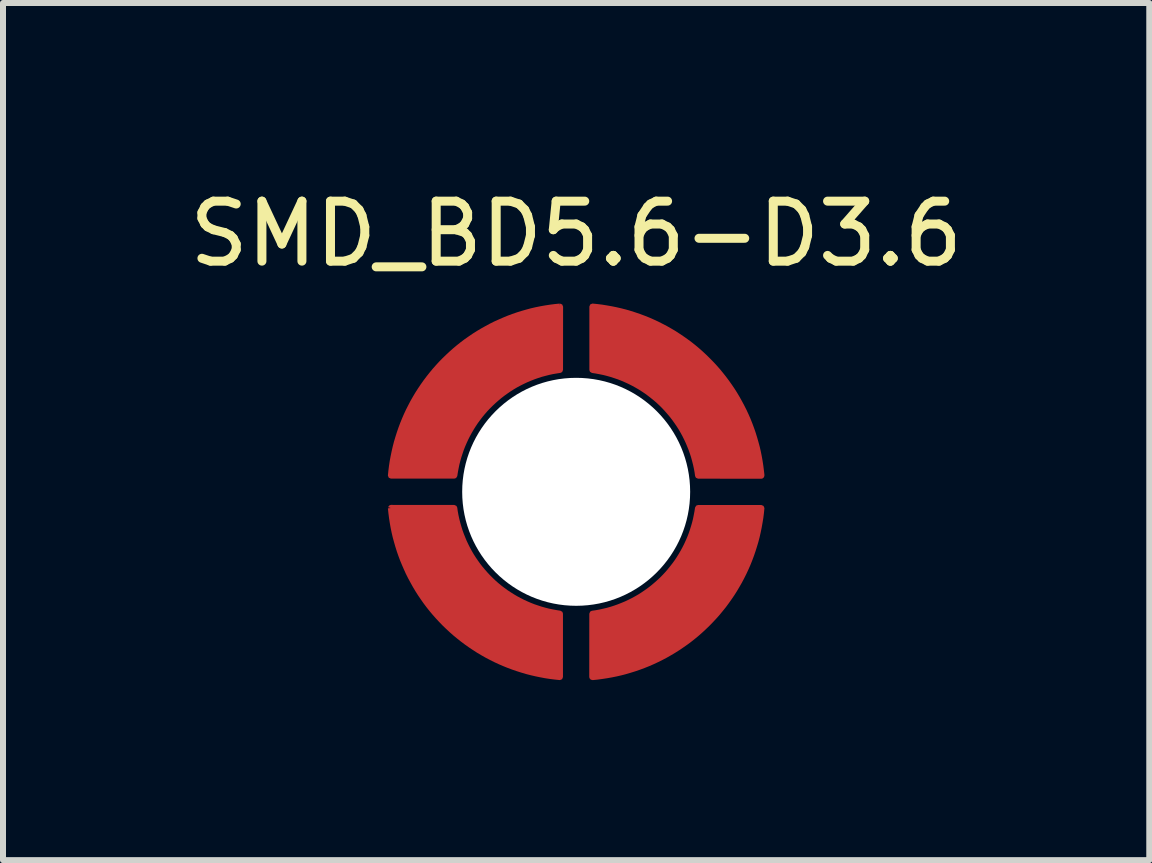
<source format=kicad_pcb>
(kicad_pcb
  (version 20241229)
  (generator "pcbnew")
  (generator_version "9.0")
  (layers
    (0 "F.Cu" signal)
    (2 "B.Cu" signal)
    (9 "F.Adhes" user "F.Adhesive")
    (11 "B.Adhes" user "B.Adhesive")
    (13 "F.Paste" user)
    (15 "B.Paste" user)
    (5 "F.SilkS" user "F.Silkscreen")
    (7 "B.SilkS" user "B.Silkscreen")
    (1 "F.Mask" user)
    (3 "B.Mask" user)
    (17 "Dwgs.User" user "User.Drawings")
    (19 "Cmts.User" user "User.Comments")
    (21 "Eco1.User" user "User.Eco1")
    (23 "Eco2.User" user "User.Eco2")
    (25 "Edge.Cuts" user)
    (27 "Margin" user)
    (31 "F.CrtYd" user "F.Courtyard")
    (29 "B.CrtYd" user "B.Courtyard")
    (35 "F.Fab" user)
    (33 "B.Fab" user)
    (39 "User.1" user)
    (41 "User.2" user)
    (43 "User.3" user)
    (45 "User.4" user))
  (footprint "SMD_BD5.6-D3.6"
    (layer "F.Cu")
    (at 6.554 5.148)
    (property "Reference" "SMD_BD5.6-D3.6" (at 0 -4.3 0) (layer "F.SilkS") (effects (font (size 1 1) (thickness 0.15))))
    (attr smd)
    (pad "" smd custom (at -1.891 1.678 90) (size 0.317 0.317) (layers "F.Cu" "F.Mask" "F.Paste") (options (anchor circle)) (primitives (gr_poly (pts (xy 1.409 -0.141) (xy 1.345 -0.132) (xy 1.28 -0.12) (xy 1.216 -0.106) (xy 1.153 -0.09) (xy 1.09 -0.072) (xy 1.028 -0.053) (xy 0.966 -0.031) (xy 0.906 -0.007) (xy 0.845 0.018) (xy 0.786 0.046) (xy 0.728 0.075) (xy 0.671 0.106) (xy 0.614 0.139) (xy 0.559 0.174) (xy 0.505 0.211) (xy 0.452 0.249) (xy 0.4 0.289) (xy 0.35 0.331) (xy 0.301 0.374) (xy 0.253 0.419) (xy 0.207 0.465) (xy 0.162 0.512) (xy 0.119 0.561) (xy 0.077 0.612) (xy 0.038 0.663) (xy -0.001 0.716) (xy -0.037 0.771) (xy -0.072 0.826) (xy -0.105 0.882) (xy -0.136 0.939) (xy -0.166 0.998) (xy -0.193 1.057) (xy -0.219 1.117) (xy -0.243 1.178) (xy -0.264 1.24) (xy -0.284 1.302) (xy -0.302 1.365) (xy -0.318 1.428) (xy -0.331 1.492) (xy -0.343 1.556) (xy -0.353 1.621) (xy -1.409 1.621) (xy -1.41 1.621) (xy -1.402 1.541) (xy -1.392 1.461) (xy -1.38 1.382) (xy -1.365 1.303) (xy -1.349 1.225) (xy -1.331 1.147) (xy -1.311 1.069) (xy -1.288 0.992) (xy -1.264 0.916) (xy -1.238 0.84) (xy -1.21 0.765) (xy -1.18 0.691) (xy -1.148 0.617) (xy -1.114 0.544) (xy -1.078 0.473) (xy -1.041 0.402) (xy -1.001 0.332) (xy -0.96 0.263) (xy -0.917 0.196) (xy -0.872 0.129) (xy -0.826 0.064) (xy -0.778 0) (xy -0.728 -0.063) (xy -0.677 -0.125) (xy -0.624 -0.185) (xy -0.569 -0.244) (xy -0.514 -0.301) (xy -0.456 -0.357) (xy -0.397 -0.412) (xy -0.337 -0.465) (xy -0.276 -0.516) (xy -0.213 -0.566) (xy -0.149 -0.614) (xy -0.083 -0.66) (xy -0.017 -0.705) (xy 0.051 -0.748) (xy 0.12 -0.789) (xy 0.19 -0.828) (xy 0.26 -0.866) (xy 0.332 -0.902) (xy 0.405 -0.935) (xy 0.478 -0.967) (xy 0.553 -0.998) (xy 0.628 -1.026) (xy 0.703 -1.052) (xy 0.78 -1.076) (xy 0.857 -1.098) (xy 0.934 -1.119) (xy 1.012 -1.137) (xy 1.091 -1.153) (xy 1.17 -1.167) (xy 1.249 -1.179) (xy 1.328 -1.189) (xy 1.408 -1.197) (xy 1.408 -1.198) (xy 1.407 -1.197) (xy 1.41 -1.196) (xy 1.409 -0.141)) (width 0.1) (fill yes))))
    (pad "" smd custom (at -1.678 -1.891) (size 0.417 0.417) (layers "F.Cu" "F.Mask" "F.Paste") (options (anchor circle)) (primitives (gr_poly (pts (xy 1.409 -0.141) (xy 1.345 -0.131) (xy 1.28 -0.12) (xy 1.216 -0.106) (xy 1.153 -0.09) (xy 1.09 -0.073) (xy 1.028 -0.053) (xy 0.966 -0.031) (xy 0.905 -0.007) (xy 0.845 0.018) (xy 0.786 0.046) (xy 0.728 0.075) (xy 0.67 0.106) (xy 0.614 0.139) (xy 0.559 0.174) (xy 0.505 0.211) (xy 0.452 0.249) (xy 0.4 0.289) (xy 0.35 0.331) (xy 0.301 0.374) (xy 0.253 0.419) (xy 0.207 0.465) (xy 0.162 0.512) (xy 0.119 0.561) (xy 0.077 0.612) (xy 0.038 0.663) (xy -0.001 0.716) (xy -0.037 0.77) (xy -0.072 0.826) (xy -0.105 0.882) (xy -0.136 0.939) (xy -0.166 0.998) (xy -0.193 1.057) (xy -0.219 1.117) (xy -0.243 1.178) (xy -0.264 1.24) (xy -0.284 1.302) (xy -0.302 1.365) (xy -0.318 1.428) (xy -0.331 1.492) (xy -0.343 1.556) (xy -0.353 1.621) (xy -1.41 1.621) (xy -1.402 1.541) (xy -1.392 1.461) (xy -1.38 1.382) (xy -1.365 1.303) (xy -1.349 1.225) (xy -1.331 1.147) (xy -1.311 1.069) (xy -1.288 0.992) (xy -1.264 0.916) (xy -1.238 0.84) (xy -1.21 0.765) (xy -1.18 0.691) (xy -1.148 0.617) (xy -1.114 0.544) (xy -1.078 0.473) (xy -1.041 0.402) (xy -1.001 0.332) (xy -0.96 0.263) (xy -0.917 0.196) (xy -0.872 0.129) (xy -0.826 0.064) (xy -0.778 0) (xy -0.728 -0.063) (xy -0.677 -0.125) (xy -0.624 -0.185) (xy -0.57 -0.244) (xy -0.514 -0.301) (xy -0.456 -0.357) (xy -0.397 -0.412) (xy -0.337 -0.465) (xy -0.276 -0.516) (xy -0.213 -0.566) (xy -0.149 -0.614) (xy -0.083 -0.66) (xy -0.017 -0.705) (xy 0.051 -0.748) (xy 0.12 -0.789) (xy 0.19 -0.828) (xy 0.26 -0.866) (xy 0.332 -0.902) (xy 0.405 -0.935) (xy 0.478 -0.967) (xy 0.553 -0.998) (xy 0.628 -1.026) (xy 0.703 -1.052) (xy 0.78 -1.076) (xy 0.857 -1.098) (xy 0.934 -1.119) (xy 1.012 -1.137) (xy 1.091 -1.153) (xy 1.17 -1.167) (xy 1.249 -1.179) (xy 1.328 -1.189) (xy 1.408 -1.197) (xy 1.408 -1.198) (xy 1.407 -1.196) (xy 1.41 -1.196) (xy 1.409 -0.141)) (width 0.1) (fill yes))))
    (pad "" np_thru_hole circle (at 0 0) (size 3.8 3.8) (drill 3.8) (layers "*.Cu" "*.Mask"))
    (pad "" smd custom (at 1.678 1.891 180) (size 0.743 0.743) (layers "F.Cu" "F.Mask" "F.Paste") (options (anchor circle)) (primitives (gr_poly (pts (xy 1.409 -0.141) (xy 1.345 -0.132) (xy 1.28 -0.12) (xy 1.216 -0.106) (xy 1.153 -0.091) (xy 1.09 -0.073) (xy 1.028 -0.053) (xy 0.966 -0.031) (xy 0.906 -0.007) (xy 0.845 0.018) (xy 0.786 0.046) (xy 0.728 0.075) (xy 0.671 0.106) (xy 0.614 0.139) (xy 0.559 0.174) (xy 0.505 0.211) (xy 0.452 0.249) (xy 0.4 0.289) (xy 0.35 0.331) (xy 0.301 0.374) (xy 0.253 0.418) (xy 0.207 0.464) (xy 0.162 0.512) (xy 0.119 0.561) (xy 0.078 0.612) (xy 0.038 0.663) (xy -0.001 0.716) (xy -0.037 0.77) (xy -0.072 0.826) (xy -0.105 0.882) (xy -0.136 0.939) (xy -0.166 0.998) (xy -0.193 1.057) (xy -0.219 1.117) (xy -0.243 1.178) (xy -0.264 1.239) (xy -0.284 1.302) (xy -0.302 1.364) (xy -0.318 1.428) (xy -0.331 1.492) (xy -0.343 1.556) (xy -0.353 1.621) (xy -1.409 1.621) (xy -1.41 1.62) (xy -1.402 1.541) (xy -1.392 1.461) (xy -1.379 1.382) (xy -1.365 1.303) (xy -1.349 1.225) (xy -1.331 1.146) (xy -1.311 1.069) (xy -1.288 0.992) (xy -1.264 0.916) (xy -1.238 0.84) (xy -1.21 0.765) (xy -1.18 0.69) (xy -1.148 0.617) (xy -1.114 0.544) (xy -1.078 0.472) (xy -1.041 0.402) (xy -1.001 0.332) (xy -0.96 0.263) (xy -0.917 0.195) (xy -0.872 0.129) (xy -0.826 0.064) (xy -0.778 -0.001) (xy -0.728 -0.063) (xy -0.677 -0.125) (xy -0.624 -0.185) (xy -0.569 -0.244) (xy -0.514 -0.301) (xy -0.456 -0.357) (xy -0.397 -0.412) (xy -0.337 -0.465) (xy -0.276 -0.516) (xy -0.213 -0.566) (xy -0.149 -0.614) (xy -0.083 -0.66) (xy -0.017 -0.705) (xy 0.051 -0.748) (xy 0.12 -0.789) (xy 0.19 -0.829) (xy 0.26 -0.866) (xy 0.332 -0.902) (xy 0.405 -0.936) (xy 0.478 -0.968) (xy 0.553 -0.998) (xy 0.628 -1.026) (xy 0.703 -1.052) (xy 0.78 -1.076) (xy 0.857 -1.098) (xy 0.934 -1.119) (xy 1.012 -1.137) (xy 1.091 -1.153) (xy 1.17 -1.167) (xy 1.249 -1.179) (xy 1.329 -1.19) (xy 1.408 -1.198) (xy 1.407 -1.197) (xy 1.41 -1.196) (xy 1.409 -0.141)) (width 0.1) (fill yes))))
    (pad "" smd custom (at 1.891 -1.678 270) (size 0.737 0.737) (layers "F.Cu" "F.Mask" "F.Paste") (options (anchor circle)) (primitives (gr_poly (pts (xy 1.409 -0.141) (xy 1.345 -0.132) (xy 1.28 -0.12) (xy 1.216 -0.106) (xy 1.153 -0.09) (xy 1.09 -0.073) (xy 1.028 -0.053) (xy 0.966 -0.031) (xy 0.906 -0.007) (xy 0.846 0.018) (xy 0.786 0.046) (xy 0.728 0.075) (xy 0.671 0.106) (xy 0.614 0.139) (xy 0.559 0.174) (xy 0.505 0.211) (xy 0.452 0.249) (xy 0.4 0.289) (xy 0.35 0.331) (xy 0.301 0.374) (xy 0.253 0.418) (xy 0.207 0.464) (xy 0.162 0.512) (xy 0.119 0.561) (xy 0.078 0.612) (xy 0.038 0.663) (xy -0.001 0.716) (xy -0.037 0.77) (xy -0.072 0.825) (xy -0.105 0.882) (xy -0.136 0.939) (xy -0.166 0.998) (xy -0.193 1.057) (xy -0.219 1.117) (xy -0.243 1.178) (xy -0.264 1.24) (xy -0.284 1.302) (xy -0.302 1.365) (xy -0.318 1.428) (xy -0.331 1.492) (xy -0.343 1.556) (xy -0.353 1.621) (xy -1.409 1.621) (xy -1.41 1.621) (xy -1.402 1.541) (xy -1.392 1.461) (xy -1.379 1.382) (xy -1.365 1.303) (xy -1.349 1.225) (xy -1.331 1.147) (xy -1.311 1.069) (xy -1.288 0.992) (xy -1.264 0.916) (xy -1.238 0.84) (xy -1.21 0.765) (xy -1.18 0.69) (xy -1.148 0.617) (xy -1.114 0.544) (xy -1.078 0.473) (xy -1.041 0.402) (xy -1.001 0.332) (xy -0.96 0.263) (xy -0.917 0.196) (xy -0.872 0.129) (xy -0.826 0.064) (xy -0.778 -0.001) (xy -0.728 -0.064) (xy -0.677 -0.125) (xy -0.624 -0.185) (xy -0.569 -0.244) (xy -0.513 -0.301) (xy -0.456 -0.357) (xy -0.397 -0.412) (xy -0.337 -0.465) (xy -0.275 -0.516) (xy -0.212 -0.566) (xy -0.148 -0.614) (xy -0.083 -0.66) (xy -0.017 -0.705) (xy 0.051 -0.748) (xy 0.12 -0.789) (xy 0.19 -0.828) (xy 0.261 -0.866) (xy 0.332 -0.902) (xy 0.405 -0.936) (xy 0.478 -0.968) (xy 0.553 -0.998) (xy 0.628 -1.026) (xy 0.703 -1.052) (xy 0.78 -1.076) (xy 0.857 -1.098) (xy 0.934 -1.119) (xy 1.012 -1.137) (xy 1.091 -1.153) (xy 1.17 -1.167) (xy 1.249 -1.179) (xy 1.329 -1.189) (xy 1.408 -1.198) (xy 1.407 -1.197) (xy 1.41 -1.196) (xy 1.409 -0.141)) (width 0.1) (fill yes)))))
  (gr_rect
    (start -3 -3)
    (end 16.107 11.287)
    (stroke (width 0.1) (type default))
    (fill no)
    (layer "Edge.Cuts")))
</source>
